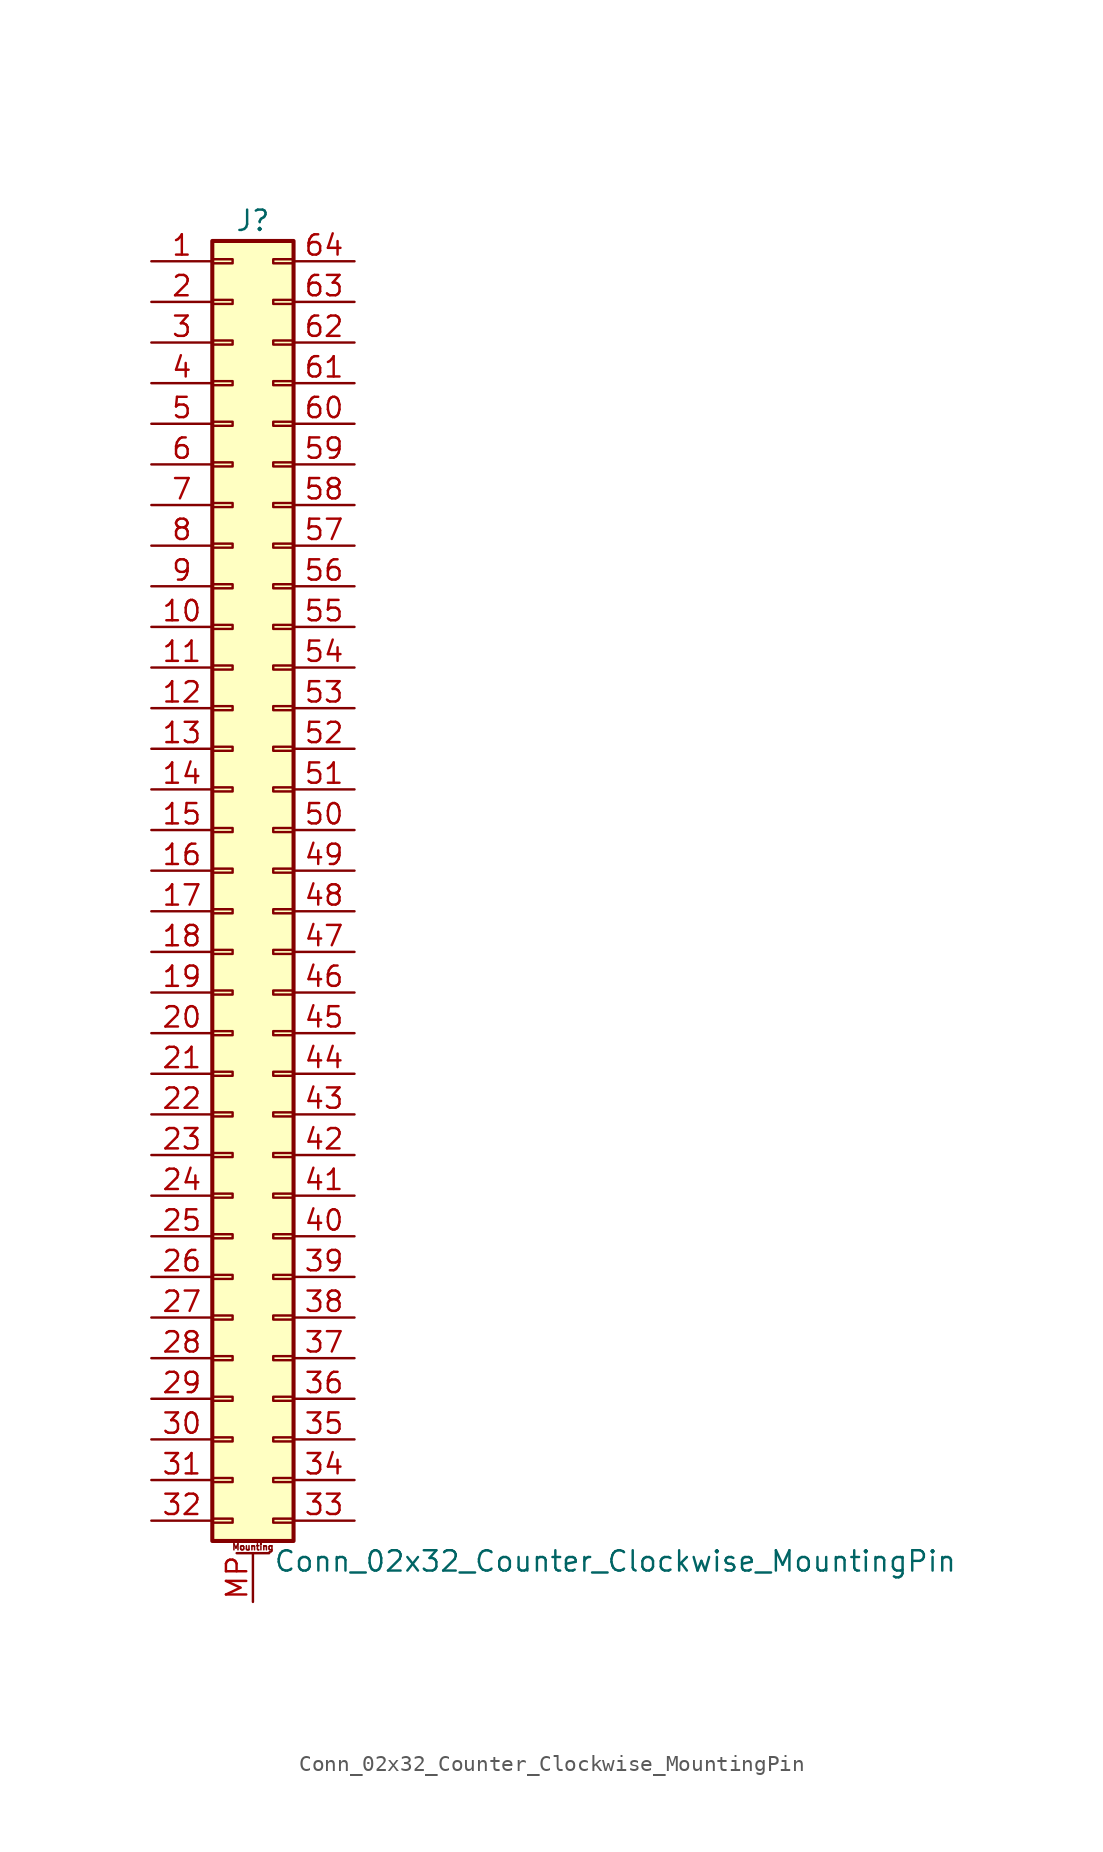
<source format=kicad_sym>
(kicad_symbol_lib
  (version 20201005)
  (generator kicad_symbol_editor)
  (symbol "Connector_Generic_MountingPin:Conn_02x32_Counter_Clockwise_MountingPin"
    (pin_names
      (offset 1.016) hide)
    (property "Reference" "J"
      (at 1.27 40.64 0)
      (effects (font (size 1.27 1.27))))
    (property "Value" "Conn_02x32_Counter_Clockwise_MountingPin"
      (at 2.54 -43.18 0)
      (effects (font (size 1.27 1.27)) (justify left)))
    (symbol "Conn_02x32_Counter_Clockwise_MountingPin_1_1"
      (text "Mounting" (at 1.27 -42.291 0) (effects (font (size 0.381 0.381))))
      (rectangle (start -1.27 -27.813) (end 0 -28.067) (stroke (width 0.152)) (fill (type none)))
      (rectangle (start -1.27 -30.353) (end 0 -30.607) (stroke (width 0.152)) (fill (type none)))
      (rectangle (start -1.27 -32.893) (end 0 -33.147) (stroke (width 0.152)) (fill (type none)))
      (rectangle (start -1.27 -35.433) (end 0 -35.687) (stroke (width 0.152)) (fill (type none)))
      (rectangle (start -1.27 -37.973) (end 0 -38.227) (stroke (width 0.152)) (fill (type none)))
      (rectangle (start -1.27 -40.513) (end 0 -40.767) (stroke (width 0.152)) (fill (type none)))
      (rectangle (start -1.27 -4.953) (end 0 -5.207) (stroke (width 0.152)) (fill (type none)))
      (rectangle (start -1.27 -7.493) (end 0 -7.747) (stroke (width 0.152)) (fill (type none)))
      (rectangle (start -1.27 -10.033) (end 0 -10.287) (stroke (width 0.152)) (fill (type none)))
      (rectangle (start -1.27 -12.573) (end 0 -12.827) (stroke (width 0.152)) (fill (type none)))
      (rectangle (start -1.27 -15.113) (end 0 -15.367) (stroke (width 0.152)) (fill (type none)))
      (rectangle (start -1.27 -17.653) (end 0 -17.907) (stroke (width 0.152)) (fill (type none)))
      (rectangle (start -1.27 -20.193) (end 0 -20.447) (stroke (width 0.152)) (fill (type none)))
      (rectangle (start -1.27 -22.733) (end 0 -22.987) (stroke (width 0.152)) (fill (type none)))
      (rectangle (start -1.27 -2.413) (end 0 -2.667) (stroke (width 0.152)) (fill (type none)))
      (rectangle (start -1.27 -25.273) (end 0 -25.527) (stroke (width 0.152)) (fill (type none)))
      (rectangle (start -1.27 25.527) (end 0 25.273) (stroke (width 0.152)) (fill (type none)))
      (rectangle (start -1.27 2.667) (end 0 2.413) (stroke (width 0.152)) (fill (type none)))
      (rectangle (start -1.27 28.067) (end 0 27.813) (stroke (width 0.152)) (fill (type none)))
      (rectangle (start -1.27 30.607) (end 0 30.353) (stroke (width 0.152)) (fill (type none)))
      (rectangle (start -1.27 33.147) (end 0 32.893) (stroke (width 0.152)) (fill (type none)))
      (rectangle (start -1.27 35.687) (end 0 35.433) (stroke (width 0.152)) (fill (type none)))
      (rectangle (start -1.27 38.227) (end 0 37.973) (stroke (width 0.152)) (fill (type none)))
      (rectangle (start -1.27 39.37) (end 3.81 -41.91) (stroke (width 0.254)) (fill (type background)))
      (rectangle (start -1.27 5.207) (end 0 4.953) (stroke (width 0.152)) (fill (type none)))
      (rectangle (start -1.27 7.747) (end 0 7.493) (stroke (width 0.152)) (fill (type none)))
      (rectangle (start -1.27 10.287) (end 0 10.033) (stroke (width 0.152)) (fill (type none)))
      (rectangle (start -1.27 0.127) (end 0 -0.127) (stroke (width 0.152)) (fill (type none)))
      (rectangle (start -1.27 12.827) (end 0 12.573) (stroke (width 0.152)) (fill (type none)))
      (rectangle (start -1.27 15.367) (end 0 15.113) (stroke (width 0.152)) (fill (type none)))
      (rectangle (start -1.27 17.907) (end 0 17.653) (stroke (width 0.152)) (fill (type none)))
      (rectangle (start -1.27 20.447) (end 0 20.193) (stroke (width 0.152)) (fill (type none)))
      (rectangle (start -1.27 22.987) (end 0 22.733) (stroke (width 0.152)) (fill (type none)))
      (rectangle (start 3.81 -27.813) (end 2.54 -28.067) (stroke (width 0.152)) (fill (type none)))
      (rectangle (start 3.81 -30.353) (end 2.54 -30.607) (stroke (width 0.152)) (fill (type none)))
      (rectangle (start 3.81 -32.893) (end 2.54 -33.147) (stroke (width 0.152)) (fill (type none)))
      (rectangle (start 3.81 -35.433) (end 2.54 -35.687) (stroke (width 0.152)) (fill (type none)))
      (rectangle (start 3.81 -37.973) (end 2.54 -38.227) (stroke (width 0.152)) (fill (type none)))
      (rectangle (start 3.81 -40.513) (end 2.54 -40.767) (stroke (width 0.152)) (fill (type none)))
      (rectangle (start 3.81 -4.953) (end 2.54 -5.207) (stroke (width 0.152)) (fill (type none)))
      (rectangle (start 3.81 -7.493) (end 2.54 -7.747) (stroke (width 0.152)) (fill (type none)))
      (rectangle (start 3.81 -10.033) (end 2.54 -10.287) (stroke (width 0.152)) (fill (type none)))
      (rectangle (start 3.81 -12.573) (end 2.54 -12.827) (stroke (width 0.152)) (fill (type none)))
      (rectangle (start 3.81 -15.113) (end 2.54 -15.367) (stroke (width 0.152)) (fill (type none)))
      (rectangle (start 3.81 -17.653) (end 2.54 -17.907) (stroke (width 0.152)) (fill (type none)))
      (rectangle (start 3.81 -20.193) (end 2.54 -20.447) (stroke (width 0.152)) (fill (type none)))
      (rectangle (start 3.81 -22.733) (end 2.54 -22.987) (stroke (width 0.152)) (fill (type none)))
      (rectangle (start 3.81 -2.413) (end 2.54 -2.667) (stroke (width 0.152)) (fill (type none)))
      (rectangle (start 3.81 -25.273) (end 2.54 -25.527) (stroke (width 0.152)) (fill (type none)))
      (rectangle (start 3.81 25.527) (end 2.54 25.273) (stroke (width 0.152)) (fill (type none)))
      (rectangle (start 3.81 2.667) (end 2.54 2.413) (stroke (width 0.152)) (fill (type none)))
      (rectangle (start 3.81 28.067) (end 2.54 27.813) (stroke (width 0.152)) (fill (type none)))
      (rectangle (start 3.81 30.607) (end 2.54 30.353) (stroke (width 0.152)) (fill (type none)))
      (rectangle (start 3.81 33.147) (end 2.54 32.893) (stroke (width 0.152)) (fill (type none)))
      (rectangle (start 3.81 35.687) (end 2.54 35.433) (stroke (width 0.152)) (fill (type none)))
      (rectangle (start 3.81 38.227) (end 2.54 37.973) (stroke (width 0.152)) (fill (type none)))
      (rectangle (start 3.81 5.207) (end 2.54 4.953) (stroke (width 0.152)) (fill (type none)))
      (rectangle (start 3.81 7.747) (end 2.54 7.493) (stroke (width 0.152)) (fill (type none)))
      (rectangle (start 3.81 10.287) (end 2.54 10.033) (stroke (width 0.152)) (fill (type none)))
      (rectangle (start 3.81 0.127) (end 2.54 -0.127) (stroke (width 0.152)) (fill (type none)))
      (rectangle (start 3.81 12.827) (end 2.54 12.573) (stroke (width 0.152)) (fill (type none)))
      (rectangle (start 3.81 15.367) (end 2.54 15.113) (stroke (width 0.152)) (fill (type none)))
      (rectangle (start 3.81 17.907) (end 2.54 17.653) (stroke (width 0.152)) (fill (type none)))
      (rectangle (start 3.81 20.447) (end 2.54 20.193) (stroke (width 0.152)) (fill (type none)))
      (rectangle (start 3.81 22.987) (end 2.54 22.733) (stroke (width 0.152)) (fill (type none)))
      (polyline (pts (xy 0.254 -42.672) (xy 2.286 -42.672)) (stroke (width 0.152)) (fill (type none)))
      (pin passive line (at 1.27 -45.72 90) (length 3.048) (name "MountPin" (effects (font (size 1.27 1.27)))) (number "MP" (effects (font (size 1.27 1.27)))))
      (pin passive line (at -5.08 38.1 0) (length 3.81) (name "Pin_1" (effects (font (size 1.27 1.27)))) (number "1" (effects (font (size 1.27 1.27)))))
      (pin passive line (at -5.08 15.24 0) (length 3.81) (name "Pin_10" (effects (font (size 1.27 1.27)))) (number "10" (effects (font (size 1.27 1.27)))))
      (pin passive line (at -5.08 12.7 0) (length 3.81) (name "Pin_11" (effects (font (size 1.27 1.27)))) (number "11" (effects (font (size 1.27 1.27)))))
      (pin passive line (at -5.08 10.16 0) (length 3.81) (name "Pin_12" (effects (font (size 1.27 1.27)))) (number "12" (effects (font (size 1.27 1.27)))))
      (pin passive line (at -5.08 7.62 0) (length 3.81) (name "Pin_13" (effects (font (size 1.27 1.27)))) (number "13" (effects (font (size 1.27 1.27)))))
      (pin passive line (at -5.08 5.08 0) (length 3.81) (name "Pin_14" (effects (font (size 1.27 1.27)))) (number "14" (effects (font (size 1.27 1.27)))))
      (pin passive line (at -5.08 2.54 0) (length 3.81) (name "Pin_15" (effects (font (size 1.27 1.27)))) (number "15" (effects (font (size 1.27 1.27)))))
      (pin passive line (at -5.08 0 0) (length 3.81) (name "Pin_16" (effects (font (size 1.27 1.27)))) (number "16" (effects (font (size 1.27 1.27)))))
      (pin passive line (at -5.08 -2.54 0) (length 3.81) (name "Pin_17" (effects (font (size 1.27 1.27)))) (number "17" (effects (font (size 1.27 1.27)))))
      (pin passive line (at -5.08 -5.08 0) (length 3.81) (name "Pin_18" (effects (font (size 1.27 1.27)))) (number "18" (effects (font (size 1.27 1.27)))))
      (pin passive line (at -5.08 -7.62 0) (length 3.81) (name "Pin_19" (effects (font (size 1.27 1.27)))) (number "19" (effects (font (size 1.27 1.27)))))
      (pin passive line (at -5.08 35.56 0) (length 3.81) (name "Pin_2" (effects (font (size 1.27 1.27)))) (number "2" (effects (font (size 1.27 1.27)))))
      (pin passive line (at -5.08 -10.16 0) (length 3.81) (name "Pin_20" (effects (font (size 1.27 1.27)))) (number "20" (effects (font (size 1.27 1.27)))))
      (pin passive line (at -5.08 -12.7 0) (length 3.81) (name "Pin_21" (effects (font (size 1.27 1.27)))) (number "21" (effects (font (size 1.27 1.27)))))
      (pin passive line (at -5.08 -15.24 0) (length 3.81) (name "Pin_22" (effects (font (size 1.27 1.27)))) (number "22" (effects (font (size 1.27 1.27)))))
      (pin passive line (at -5.08 -17.78 0) (length 3.81) (name "Pin_23" (effects (font (size 1.27 1.27)))) (number "23" (effects (font (size 1.27 1.27)))))
      (pin passive line (at -5.08 -20.32 0) (length 3.81) (name "Pin_24" (effects (font (size 1.27 1.27)))) (number "24" (effects (font (size 1.27 1.27)))))
      (pin passive line (at -5.08 -22.86 0) (length 3.81) (name "Pin_25" (effects (font (size 1.27 1.27)))) (number "25" (effects (font (size 1.27 1.27)))))
      (pin passive line (at -5.08 -25.4 0) (length 3.81) (name "Pin_26" (effects (font (size 1.27 1.27)))) (number "26" (effects (font (size 1.27 1.27)))))
      (pin passive line (at -5.08 -27.94 0) (length 3.81) (name "Pin_27" (effects (font (size 1.27 1.27)))) (number "27" (effects (font (size 1.27 1.27)))))
      (pin passive line (at -5.08 -30.48 0) (length 3.81) (name "Pin_28" (effects (font (size 1.27 1.27)))) (number "28" (effects (font (size 1.27 1.27)))))
      (pin passive line (at -5.08 -33.02 0) (length 3.81) (name "Pin_29" (effects (font (size 1.27 1.27)))) (number "29" (effects (font (size 1.27 1.27)))))
      (pin passive line (at -5.08 33.02 0) (length 3.81) (name "Pin_3" (effects (font (size 1.27 1.27)))) (number "3" (effects (font (size 1.27 1.27)))))
      (pin passive line (at -5.08 -35.56 0) (length 3.81) (name "Pin_30" (effects (font (size 1.27 1.27)))) (number "30" (effects (font (size 1.27 1.27)))))
      (pin passive line (at -5.08 -38.1 0) (length 3.81) (name "Pin_31" (effects (font (size 1.27 1.27)))) (number "31" (effects (font (size 1.27 1.27)))))
      (pin passive line (at -5.08 -40.64 0) (length 3.81) (name "Pin_32" (effects (font (size 1.27 1.27)))) (number "32" (effects (font (size 1.27 1.27)))))
      (pin passive line (at 7.62 -40.64 180) (length 3.81) (name "Pin_33" (effects (font (size 1.27 1.27)))) (number "33" (effects (font (size 1.27 1.27)))))
      (pin passive line (at 7.62 -38.1 180) (length 3.81) (name "Pin_34" (effects (font (size 1.27 1.27)))) (number "34" (effects (font (size 1.27 1.27)))))
      (pin passive line (at 7.62 -35.56 180) (length 3.81) (name "Pin_35" (effects (font (size 1.27 1.27)))) (number "35" (effects (font (size 1.27 1.27)))))
      (pin passive line (at 7.62 -33.02 180) (length 3.81) (name "Pin_36" (effects (font (size 1.27 1.27)))) (number "36" (effects (font (size 1.27 1.27)))))
      (pin passive line (at 7.62 -30.48 180) (length 3.81) (name "Pin_37" (effects (font (size 1.27 1.27)))) (number "37" (effects (font (size 1.27 1.27)))))
      (pin passive line (at 7.62 -27.94 180) (length 3.81) (name "Pin_38" (effects (font (size 1.27 1.27)))) (number "38" (effects (font (size 1.27 1.27)))))
      (pin passive line (at 7.62 -25.4 180) (length 3.81) (name "Pin_39" (effects (font (size 1.27 1.27)))) (number "39" (effects (font (size 1.27 1.27)))))
      (pin passive line (at -5.08 30.48 0) (length 3.81) (name "Pin_4" (effects (font (size 1.27 1.27)))) (number "4" (effects (font (size 1.27 1.27)))))
      (pin passive line (at 7.62 -22.86 180) (length 3.81) (name "Pin_40" (effects (font (size 1.27 1.27)))) (number "40" (effects (font (size 1.27 1.27)))))
      (pin passive line (at 7.62 -20.32 180) (length 3.81) (name "Pin_41" (effects (font (size 1.27 1.27)))) (number "41" (effects (font (size 1.27 1.27)))))
      (pin passive line (at 7.62 -17.78 180) (length 3.81) (name "Pin_42" (effects (font (size 1.27 1.27)))) (number "42" (effects (font (size 1.27 1.27)))))
      (pin passive line (at 7.62 -15.24 180) (length 3.81) (name "Pin_43" (effects (font (size 1.27 1.27)))) (number "43" (effects (font (size 1.27 1.27)))))
      (pin passive line (at 7.62 -12.7 180) (length 3.81) (name "Pin_44" (effects (font (size 1.27 1.27)))) (number "44" (effects (font (size 1.27 1.27)))))
      (pin passive line (at 7.62 -10.16 180) (length 3.81) (name "Pin_45" (effects (font (size 1.27 1.27)))) (number "45" (effects (font (size 1.27 1.27)))))
      (pin passive line (at 7.62 -7.62 180) (length 3.81) (name "Pin_46" (effects (font (size 1.27 1.27)))) (number "46" (effects (font (size 1.27 1.27)))))
      (pin passive line (at 7.62 -5.08 180) (length 3.81) (name "Pin_47" (effects (font (size 1.27 1.27)))) (number "47" (effects (font (size 1.27 1.27)))))
      (pin passive line (at 7.62 -2.54 180) (length 3.81) (name "Pin_48" (effects (font (size 1.27 1.27)))) (number "48" (effects (font (size 1.27 1.27)))))
      (pin passive line (at 7.62 0 180) (length 3.81) (name "Pin_49" (effects (font (size 1.27 1.27)))) (number "49" (effects (font (size 1.27 1.27)))))
      (pin passive line (at -5.08 27.94 0) (length 3.81) (name "Pin_5" (effects (font (size 1.27 1.27)))) (number "5" (effects (font (size 1.27 1.27)))))
      (pin passive line (at 7.62 2.54 180) (length 3.81) (name "Pin_50" (effects (font (size 1.27 1.27)))) (number "50" (effects (font (size 1.27 1.27)))))
      (pin passive line (at 7.62 5.08 180) (length 3.81) (name "Pin_51" (effects (font (size 1.27 1.27)))) (number "51" (effects (font (size 1.27 1.27)))))
      (pin passive line (at 7.62 7.62 180) (length 3.81) (name "Pin_52" (effects (font (size 1.27 1.27)))) (number "52" (effects (font (size 1.27 1.27)))))
      (pin passive line (at 7.62 10.16 180) (length 3.81) (name "Pin_53" (effects (font (size 1.27 1.27)))) (number "53" (effects (font (size 1.27 1.27)))))
      (pin passive line (at 7.62 12.7 180) (length 3.81) (name "Pin_54" (effects (font (size 1.27 1.27)))) (number "54" (effects (font (size 1.27 1.27)))))
      (pin passive line (at 7.62 15.24 180) (length 3.81) (name "Pin_55" (effects (font (size 1.27 1.27)))) (number "55" (effects (font (size 1.27 1.27)))))
      (pin passive line (at 7.62 17.78 180) (length 3.81) (name "Pin_56" (effects (font (size 1.27 1.27)))) (number "56" (effects (font (size 1.27 1.27)))))
      (pin passive line (at 7.62 20.32 180) (length 3.81) (name "Pin_57" (effects (font (size 1.27 1.27)))) (number "57" (effects (font (size 1.27 1.27)))))
      (pin passive line (at 7.62 22.86 180) (length 3.81) (name "Pin_58" (effects (font (size 1.27 1.27)))) (number "58" (effects (font (size 1.27 1.27)))))
      (pin passive line (at 7.62 25.4 180) (length 3.81) (name "Pin_59" (effects (font (size 1.27 1.27)))) (number "59" (effects (font (size 1.27 1.27)))))
      (pin passive line (at -5.08 25.4 0) (length 3.81) (name "Pin_6" (effects (font (size 1.27 1.27)))) (number "6" (effects (font (size 1.27 1.27)))))
      (pin passive line (at 7.62 27.94 180) (length 3.81) (name "Pin_60" (effects (font (size 1.27 1.27)))) (number "60" (effects (font (size 1.27 1.27)))))
      (pin passive line (at 7.62 30.48 180) (length 3.81) (name "Pin_61" (effects (font (size 1.27 1.27)))) (number "61" (effects (font (size 1.27 1.27)))))
      (pin passive line (at 7.62 33.02 180) (length 3.81) (name "Pin_62" (effects (font (size 1.27 1.27)))) (number "62" (effects (font (size 1.27 1.27)))))
      (pin passive line (at 7.62 35.56 180) (length 3.81) (name "Pin_63" (effects (font (size 1.27 1.27)))) (number "63" (effects (font (size 1.27 1.27)))))
      (pin passive line (at 7.62 38.1 180) (length 3.81) (name "Pin_64" (effects (font (size 1.27 1.27)))) (number "64" (effects (font (size 1.27 1.27)))))
      (pin passive line (at -5.08 22.86 0) (length 3.81) (name "Pin_7" (effects (font (size 1.27 1.27)))) (number "7" (effects (font (size 1.27 1.27)))))
      (pin passive line (at -5.08 20.32 0) (length 3.81) (name "Pin_8" (effects (font (size 1.27 1.27)))) (number "8" (effects (font (size 1.27 1.27)))))
      (pin passive line (at -5.08 17.78 0) (length 3.81) (name "Pin_9" (effects (font (size 1.27 1.27)))) (number "9" (effects (font (size 1.27 1.27))))))))
</source>
